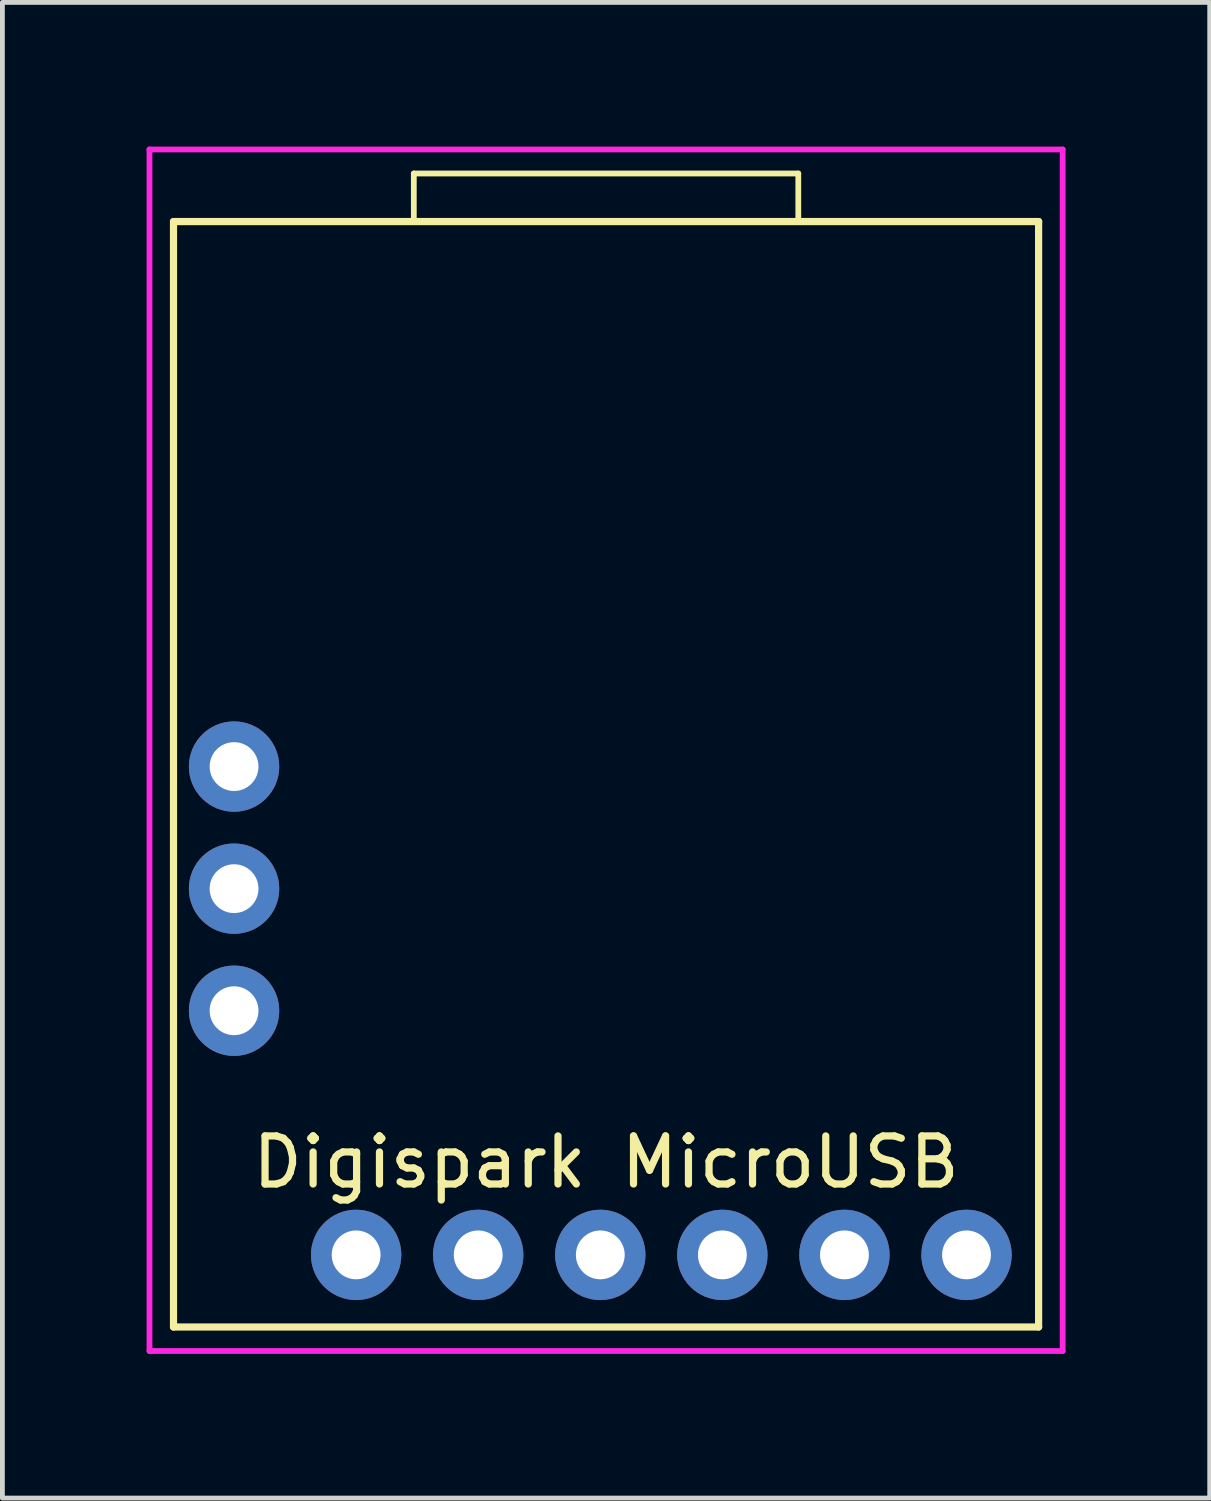
<source format=kicad_pcb>
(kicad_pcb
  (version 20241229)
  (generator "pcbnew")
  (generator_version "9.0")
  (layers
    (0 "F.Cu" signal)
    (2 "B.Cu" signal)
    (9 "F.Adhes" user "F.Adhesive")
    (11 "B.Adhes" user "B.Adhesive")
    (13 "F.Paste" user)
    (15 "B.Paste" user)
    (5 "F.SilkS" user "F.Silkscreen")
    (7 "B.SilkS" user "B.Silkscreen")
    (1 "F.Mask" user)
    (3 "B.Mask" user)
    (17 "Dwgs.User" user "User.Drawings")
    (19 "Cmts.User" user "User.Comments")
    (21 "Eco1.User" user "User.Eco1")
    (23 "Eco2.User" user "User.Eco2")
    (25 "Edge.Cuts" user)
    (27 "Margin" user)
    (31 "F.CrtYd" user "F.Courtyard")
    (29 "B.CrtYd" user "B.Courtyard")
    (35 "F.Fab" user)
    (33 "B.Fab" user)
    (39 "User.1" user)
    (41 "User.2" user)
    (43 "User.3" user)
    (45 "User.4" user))
  (footprint "Digispark MicroUSB"
    (layer "F.Cu")
    (at 10.71 23.06)
    (property "Reference" "Digispark MicroUSB" (at -1.15 -1.93 0) (layer "F.SilkS") (effects (font (size 1 1) (thickness 0.15))))
    (attr through_hole)
    (fp_line (start -10.15 -21.5) (end -10.15 1.5) (stroke (width 0.15) (type solid)) (layer "F.SilkS"))
    (fp_line (start -10.15 1.5) (end 7.85 1.5) (stroke (width 0.15) (type solid)) (layer "F.SilkS"))
    (fp_line (start -5.15 -22.5) (end -5.15 -21.5) (stroke (width 0.12) (type default)) (layer "F.SilkS"))
    (fp_line (start -5.15 -22.5) (end 2.85 -22.5) (stroke (width 0.12) (type default)) (layer "F.SilkS"))
    (fp_line (start 2.85 -22.5) (end 2.85 -21.5) (stroke (width 0.12) (type default)) (layer "F.SilkS"))
    (fp_line (start 7.85 -21.5) (end -10.15 -21.5) (stroke (width 0.15) (type solid)) (layer "F.SilkS"))
    (fp_line (start 7.85 -21.5) (end 7.85 1.5) (stroke (width 0.15) (type solid)) (layer "F.SilkS"))
    (fp_line (start -10.65 -23) (end -10.65 2) (stroke (width 0.12) (type default)) (layer "F.CrtYd"))
    (fp_line (start -10.65 2) (end 8.35 2) (stroke (width 0.12) (type default)) (layer "F.CrtYd"))
    (fp_line (start 8.35 -23) (end -10.65 -23) (stroke (width 0.12) (type default)) (layer "F.CrtYd"))
    (fp_line (start 8.35 2) (end 8.35 -23) (stroke (width 0.12) (type default)) (layer "F.CrtYd"))
    (pad "1" thru_hole circle (at -6.35 0) (size 1.88 1.88) (drill 1.016) (layers "*.Cu" "*.Mask"))
    (pad "2" thru_hole circle (at -3.81 0) (size 1.88 1.88) (drill 1.016) (layers "*.Cu" "*.Mask"))
    (pad "3" thru_hole circle (at -1.27 0) (size 1.88 1.88) (drill 1.016) (layers "*.Cu" "*.Mask"))
    (pad "4" thru_hole circle (at 1.27 0) (size 1.88 1.88) (drill 1.016) (layers "*.Cu" "*.Mask"))
    (pad "5" thru_hole circle (at 3.81 0) (size 1.88 1.88) (drill 1.016) (layers "*.Cu" "*.Mask"))
    (pad "6" thru_hole circle (at 6.35 0) (size 1.88 1.88) (drill 1.016) (layers "*.Cu" "*.Mask"))
    (pad "7" thru_hole circle (at -8.89 -5.08) (size 1.88 1.88) (drill 1.016) (layers "*.Cu" "*.Mask"))
    (pad "8" thru_hole circle (at -8.89 -7.62) (size 1.88 1.88) (drill 1.016) (layers "*.Cu" "*.Mask"))
    (pad "9" thru_hole circle (at -8.89 -10.16) (size 1.88 1.88) (drill 1.016) (layers "*.Cu" "*.Mask")))
  (gr_rect
    (start -3 -3)
    (end 22.12 28.12)
    (stroke (width 0.1) (type default))
    (fill no)
    (layer "Edge.Cuts")))
</source>
